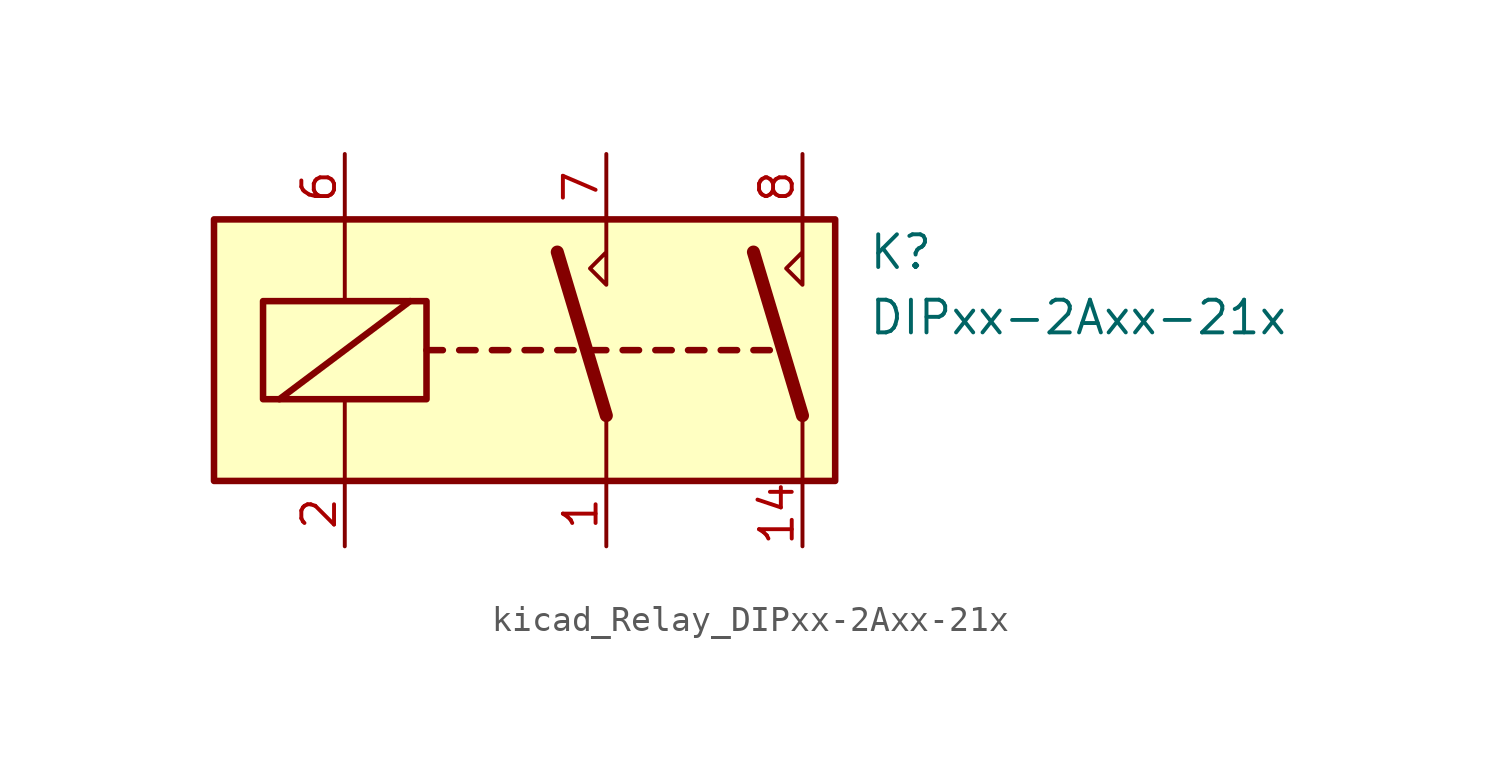
<source format=kicad_sym>
(kicad_symbol_lib
  (version 20220914)
  (generator kicad_symbol_editor)
  (symbol "kicad_Relay_DIPxx-2Axx-21x"
    (property "Reference" "K"
      (at 12.7 3.81 0)
      (effects (font (size 1.27 1.27)) (justify left)))
    (property "Value" "DIPxx-2Axx-21x"
      (at 12.7 1.27 0)
      (effects (font (size 1.27 1.27)) (justify left)))
    (symbol "kicad_Relay_DIPxx-2Axx-21x_0_0"
      (polyline (pts (xy 2.54 5.08) (xy 2.54 2.54) (xy 1.905 3.175) (xy 2.54 3.81)) (stroke (width 0) (type default)) (fill (type none)))
      (polyline (pts (xy 10.16 5.08) (xy 10.16 2.54) (xy 9.525 3.175) (xy 10.16 3.81)) (stroke (width 0) (type default)) (fill (type none))))
    (symbol "kicad_Relay_DIPxx-2Axx-21x_0_1"
      (rectangle (start -12.7 5.08) (end 11.43 -5.08) (stroke (width 0.254) (type default)) (fill (type background)))
      (rectangle (start -10.795 1.905) (end -4.445 -1.905) (stroke (width 0.254) (type default)) (fill (type none)))
      (polyline (pts (xy -10.16 -1.905) (xy -5.08 1.905)) (stroke (width 0.254) (type default)) (fill (type none)))
      (polyline (pts (xy -7.62 -5.08) (xy -7.62 -1.905)) (stroke (width 0) (type default)) (fill (type none)))
      (polyline (pts (xy -7.62 5.08) (xy -7.62 1.905)) (stroke (width 0) (type default)) (fill (type none)))
      (polyline (pts (xy -4.445 0) (xy -3.81 0)) (stroke (width 0.254) (type default)) (fill (type none)))
      (polyline (pts (xy -3.175 0) (xy -2.54 0)) (stroke (width 0.254) (type default)) (fill (type none)))
      (polyline (pts (xy -1.905 0) (xy -1.27 0)) (stroke (width 0.254) (type default)) (fill (type none)))
      (polyline (pts (xy -0.635 0) (xy 0 0)) (stroke (width 0.254) (type default)) (fill (type none)))
      (polyline (pts (xy 0.635 0) (xy 1.27 0)) (stroke (width 0.254) (type default)) (fill (type none)))
      (polyline (pts (xy 1.905 0) (xy 2.54 0)) (stroke (width 0.254) (type default)) (fill (type none)))
      (polyline (pts (xy 2.54 -2.54) (xy 0.635 3.81)) (stroke (width 0.508) (type default)) (fill (type none)))
      (polyline (pts (xy 2.54 -2.54) (xy 2.54 -5.08)) (stroke (width 0) (type default)) (fill (type none)))
      (polyline (pts (xy 3.175 0) (xy 3.81 0)) (stroke (width 0.254) (type default)) (fill (type none)))
      (polyline (pts (xy 4.445 0) (xy 5.08 0)) (stroke (width 0.254) (type default)) (fill (type none)))
      (polyline (pts (xy 5.715 0) (xy 6.35 0)) (stroke (width 0.254) (type default)) (fill (type none)))
      (polyline (pts (xy 6.985 0) (xy 7.62 0)) (stroke (width 0.254) (type default)) (fill (type none)))
      (polyline (pts (xy 8.255 0) (xy 8.89 0)) (stroke (width 0.254) (type default)) (fill (type none)))
      (polyline (pts (xy 10.16 -2.54) (xy 8.255 3.81)) (stroke (width 0.508) (type default)) (fill (type none)))
      (polyline (pts (xy 10.16 -2.54) (xy 10.16 -5.08)) (stroke (width 0) (type default)) (fill (type none))))
    (symbol "kicad_Relay_DIPxx-2Axx-21x_1_1"
      (pin passive line (at 2.54 -7.62 90) (length 2.54) (name "~" (effects (font (size 1.27 1.27)))) (number "1" (effects (font (size 1.27 1.27)))))
      (pin passive line (at 10.16 -7.62 90) (length 2.54) (name "~" (effects (font (size 1.27 1.27)))) (number "14" (effects (font (size 1.27 1.27)))))
      (pin passive line (at -7.62 -7.62 90) (length 2.54) (name "~" (effects (font (size 1.27 1.27)))) (number "2" (effects (font (size 1.27 1.27)))))
      (pin passive line (at -7.62 7.62 270) (length 2.54) (name "~" (effects (font (size 1.27 1.27)))) (number "6" (effects (font (size 1.27 1.27)))))
      (pin passive line (at 2.54 7.62 270) (length 2.54) (name "~" (effects (font (size 1.27 1.27)))) (number "7" (effects (font (size 1.27 1.27)))))
      (pin passive line (at 10.16 7.62 270) (length 2.54) (name "~" (effects (font (size 1.27 1.27)))) (number "8" (effects (font (size 1.27 1.27))))))))
</source>
